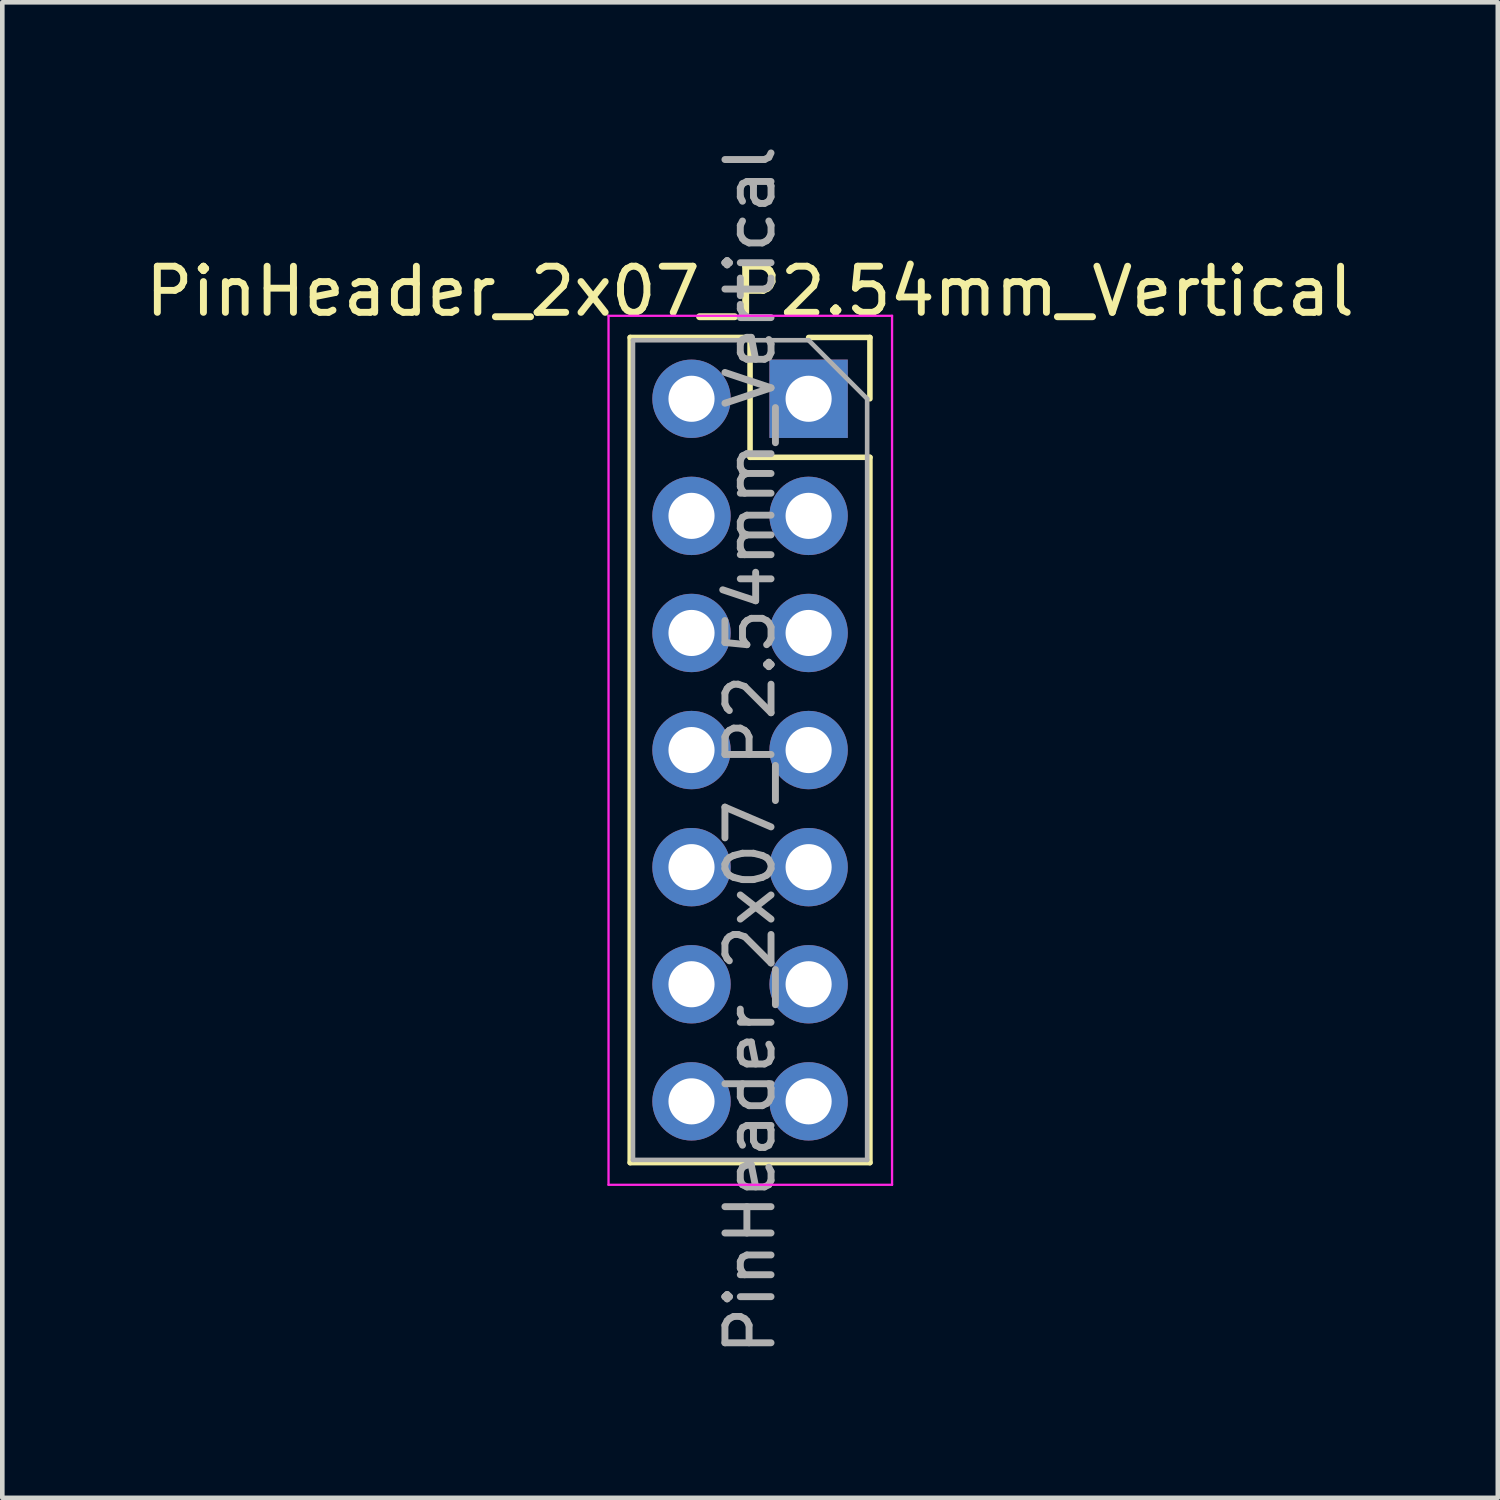
<source format=kicad_pcb>
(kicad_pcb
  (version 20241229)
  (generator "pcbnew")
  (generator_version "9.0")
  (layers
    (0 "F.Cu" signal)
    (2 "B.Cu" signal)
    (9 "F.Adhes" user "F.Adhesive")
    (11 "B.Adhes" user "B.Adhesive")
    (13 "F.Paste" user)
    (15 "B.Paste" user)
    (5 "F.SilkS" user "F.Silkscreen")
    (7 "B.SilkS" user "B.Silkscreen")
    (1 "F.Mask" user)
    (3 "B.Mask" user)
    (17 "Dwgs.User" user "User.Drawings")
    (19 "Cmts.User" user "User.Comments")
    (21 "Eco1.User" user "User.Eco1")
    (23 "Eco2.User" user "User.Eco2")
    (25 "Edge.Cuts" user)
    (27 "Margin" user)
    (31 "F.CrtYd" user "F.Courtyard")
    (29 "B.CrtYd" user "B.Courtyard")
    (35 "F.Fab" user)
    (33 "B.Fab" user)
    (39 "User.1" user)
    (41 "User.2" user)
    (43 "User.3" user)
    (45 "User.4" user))
  (footprint "PinHeader_2x07_P2.54mm_Vertical"
    (layer "F.Cu")
    (at 11.95 5.6)
    (property "Reference" "PinHeader_2x07_P2.54mm_Vertical" (at 1.27 -2.33 0) (layer "F.SilkS") (effects (font (size 1 1) (thickness 0.15))))
    (attr through_hole)
    (fp_line (start -1.33 -1.33) (end -1.33 16.57) (stroke (width 0.12) (type solid)) (layer "F.SilkS"))
    (fp_line (start 1.27 -1.33) (end -1.33 -1.33) (stroke (width 0.12) (type solid)) (layer "F.SilkS"))
    (fp_line (start 1.27 1.27) (end 1.27 -1.33) (stroke (width 0.12) (type solid)) (layer "F.SilkS"))
    (fp_line (start 3.87 -1.33) (end 2.54 -1.33) (stroke (width 0.12) (type solid)) (layer "F.SilkS"))
    (fp_line (start 3.87 0) (end 3.87 -1.33) (stroke (width 0.12) (type solid)) (layer "F.SilkS"))
    (fp_line (start 3.87 1.27) (end 1.27 1.27) (stroke (width 0.12) (type solid)) (layer "F.SilkS"))
    (fp_line (start 3.87 1.27) (end 3.87 16.57) (stroke (width 0.12) (type solid)) (layer "F.SilkS"))
    (fp_line (start 3.87 16.57) (end -1.33 16.57) (stroke (width 0.12) (type solid)) (layer "F.SilkS"))
    (fp_line (start -1.8 -1.8) (end -1.8 17.05) (stroke (width 0.05) (type solid)) (layer "F.CrtYd"))
    (fp_line (start -1.8 17.05) (end 4.35 17.05) (stroke (width 0.05) (type solid)) (layer "F.CrtYd"))
    (fp_line (start 4.35 -1.8) (end -1.8 -1.8) (stroke (width 0.05) (type solid)) (layer "F.CrtYd"))
    (fp_line (start 4.35 17.05) (end 4.35 -1.8) (stroke (width 0.05) (type solid)) (layer "F.CrtYd"))
    (fp_line (start -1.27 -1.27) (end -1.27 16.51) (stroke (width 0.1) (type solid)) (layer "F.Fab"))
    (fp_line (start -1.27 16.51) (end 3.81 16.51) (stroke (width 0.1) (type solid)) (layer "F.Fab"))
    (fp_line (start 2.54 -1.27) (end -1.27 -1.27) (stroke (width 0.1) (type solid)) (layer "F.Fab"))
    (fp_line (start 3.81 0) (end 2.54 -1.27) (stroke (width 0.1) (type solid)) (layer "F.Fab"))
    (fp_line (start 3.81 16.51) (end 3.81 0) (stroke (width 0.1) (type solid)) (layer "F.Fab"))
    (fp_text user "${REFERENCE}" (at 1.27 7.62 90) (layer "F.Fab") (effects (font (size 1 1) (thickness 0.15))))
    (pad "1" thru_hole rect (at 2.54 0) (size 1.7 1.7) (drill 1) (layers "*.Cu" "*.Mask"))
    (pad "2" thru_hole oval (at 0 0) (size 1.7 1.7) (drill 1) (layers "*.Cu" "*.Mask"))
    (pad "3" thru_hole oval (at 2.54 2.54) (size 1.7 1.7) (drill 1) (layers "*.Cu" "*.Mask"))
    (pad "4" thru_hole oval (at 0 2.54) (size 1.7 1.7) (drill 1) (layers "*.Cu" "*.Mask"))
    (pad "5" thru_hole oval (at 2.54 5.08) (size 1.7 1.7) (drill 1) (layers "*.Cu" "*.Mask"))
    (pad "6" thru_hole oval (at 0 5.08) (size 1.7 1.7) (drill 1) (layers "*.Cu" "*.Mask"))
    (pad "7" thru_hole oval (at 2.54 7.62) (size 1.7 1.7) (drill 1) (layers "*.Cu" "*.Mask"))
    (pad "8" thru_hole oval (at 0 7.62) (size 1.7 1.7) (drill 1) (layers "*.Cu" "*.Mask"))
    (pad "9" thru_hole oval (at 2.54 10.16) (size 1.7 1.7) (drill 1) (layers "*.Cu" "*.Mask"))
    (pad "10" thru_hole oval (at 0 10.16) (size 1.7 1.7) (drill 1) (layers "*.Cu" "*.Mask"))
    (pad "11" thru_hole oval (at 2.54 12.7) (size 1.7 1.7) (drill 1) (layers "*.Cu" "*.Mask"))
    (pad "12" thru_hole oval (at 0 12.7) (size 1.7 1.7) (drill 1) (layers "*.Cu" "*.Mask"))
    (pad "13" thru_hole oval (at 2.54 15.24) (size 1.7 1.7) (drill 1) (layers "*.Cu" "*.Mask"))
    (pad "14" thru_hole oval (at 0 15.24) (size 1.7 1.7) (drill 1) (layers "*.Cu" "*.Mask")))
  (gr_rect
    (start -3 -3)
    (end 29.44 29.44)
    (stroke (width 0.1) (type default))
    (fill no)
    (layer "Edge.Cuts")))
</source>
